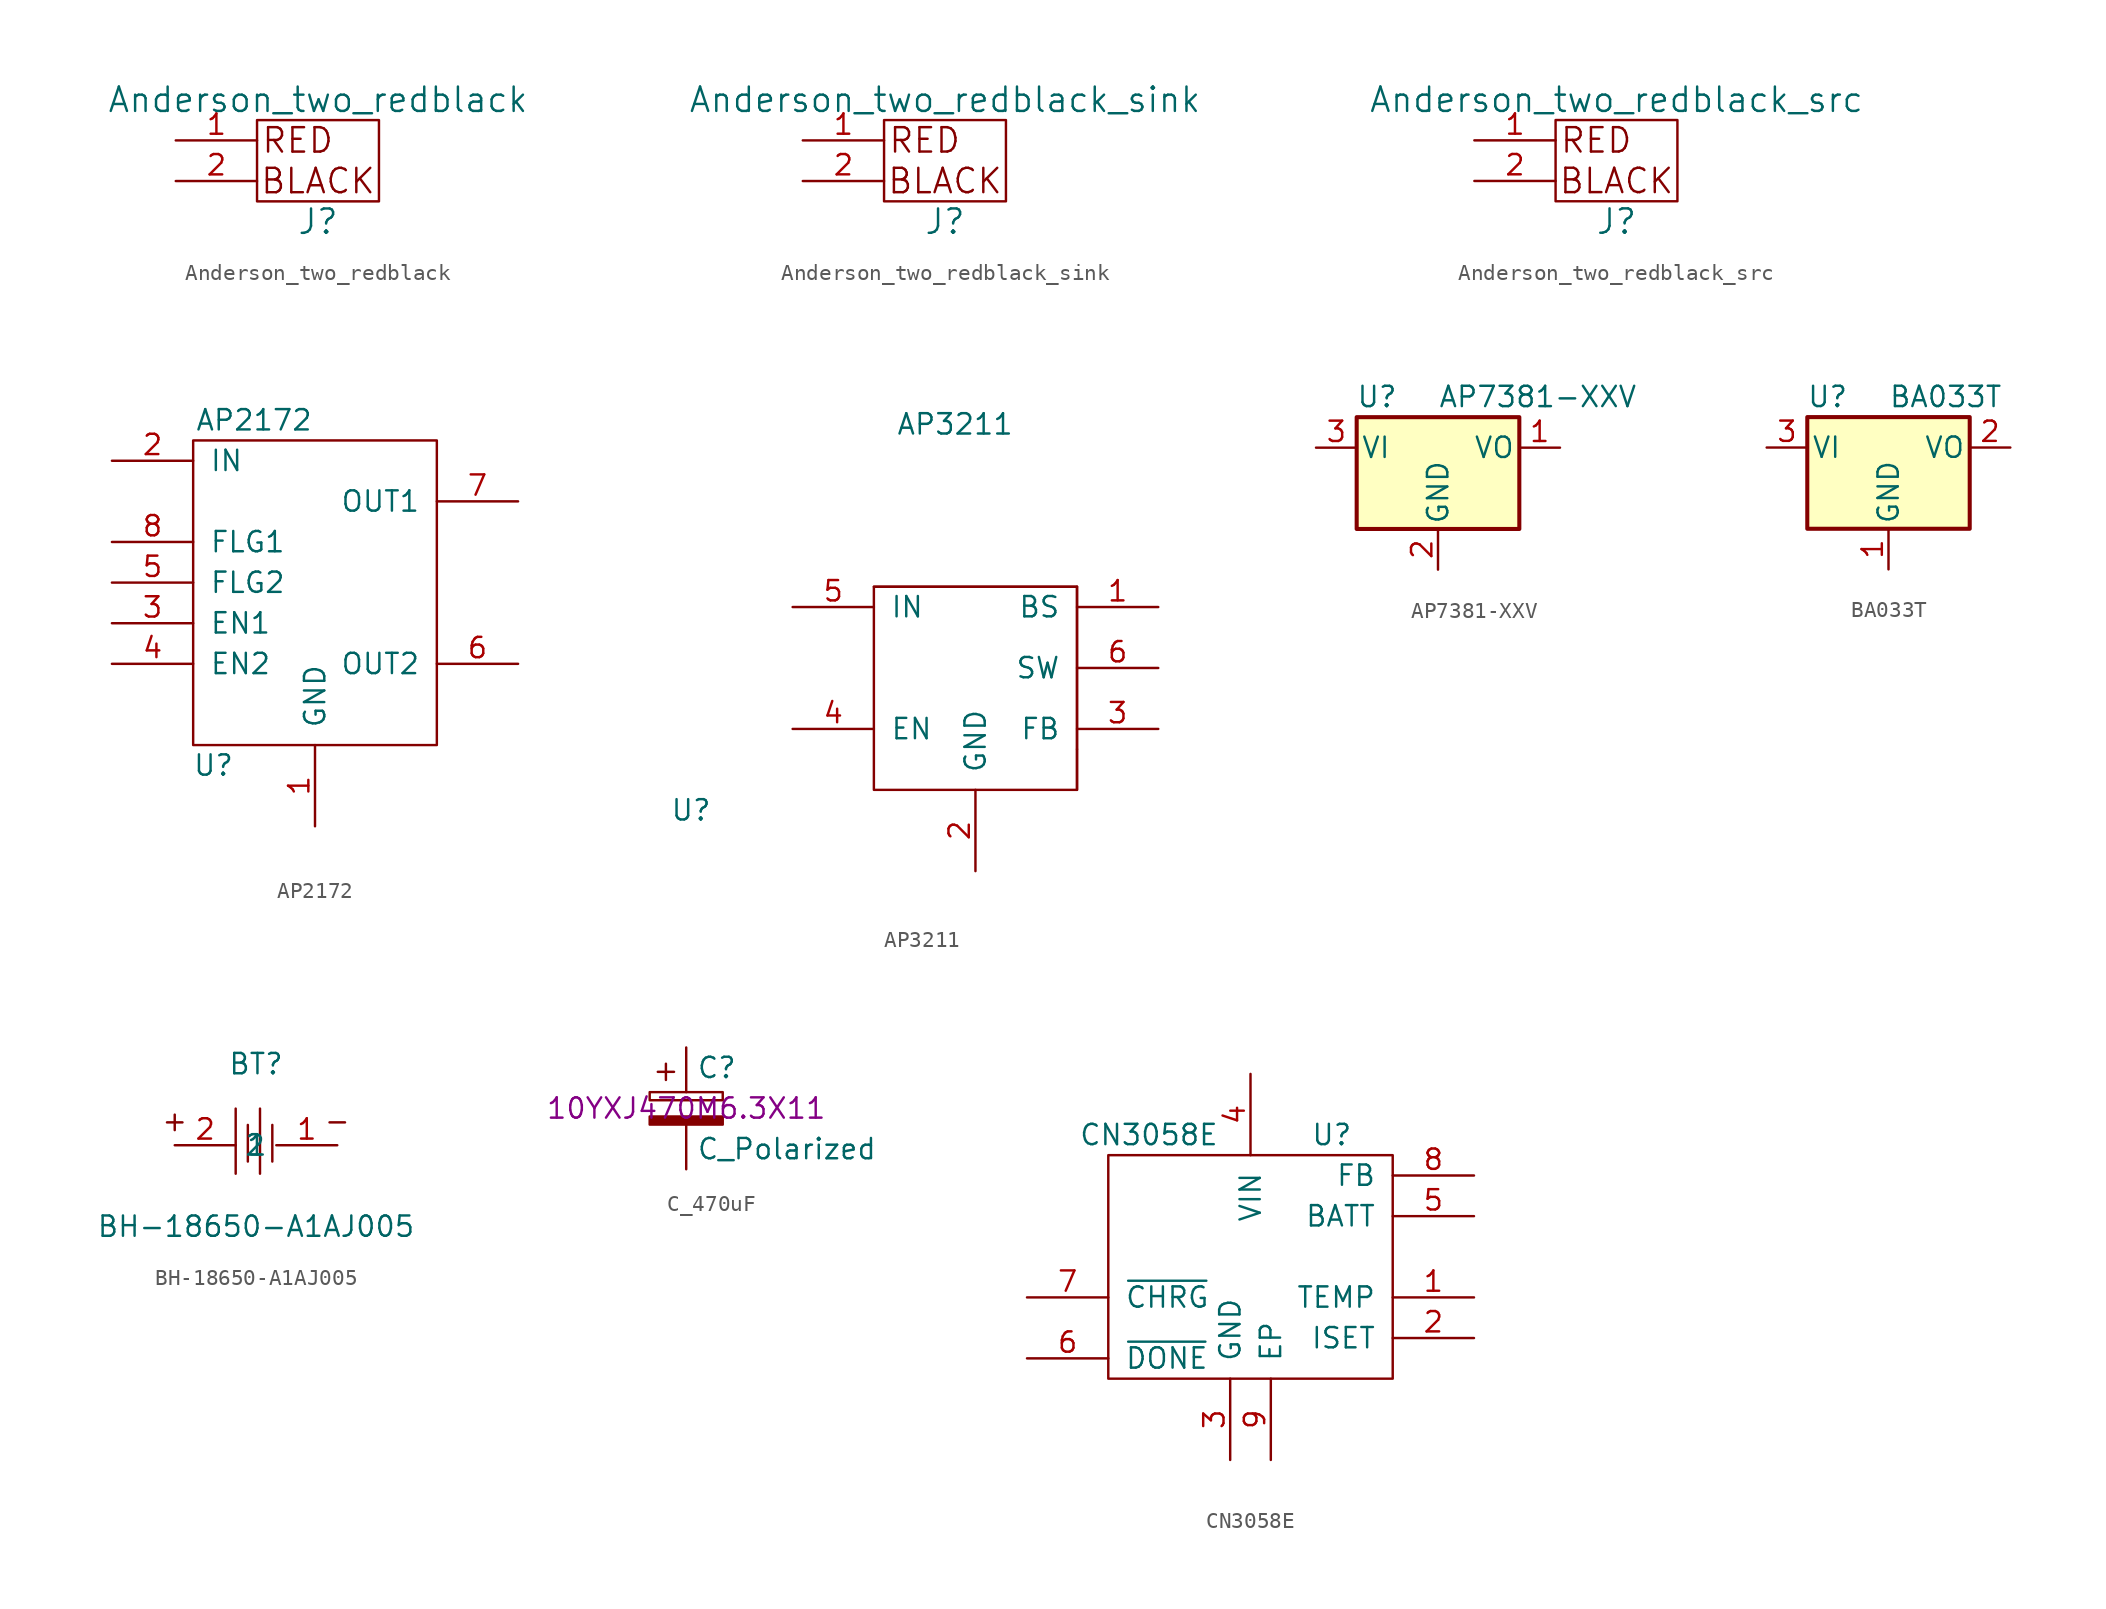
<source format=kicad_sym>
(kicad_symbol_lib
  (version 20231120)
  (generator "kicad_symbol_editor")
  (generator_version "8.0")
  (symbol "Anderson_two_redblack"
    (pin_names
      (offset 1.016))
    (property "Reference" "J"
      (at 0 -3.81 0)
      (effects (font (size 1.524 1.524))))
    (property "Value" "Anderson_two_redblack"
      (at 0 3.81 0)
      (effects (font (size 1.524 1.524))))
    (symbol "Anderson_two_redblack_0_0"
      (text "BLACK" (at 0 -1.27 0) (effects (font (size 1.524 1.524))))
      (text "RED" (at -1.27 1.27 0) (effects (font (size 1.524 1.524)))))
    (symbol "Anderson_two_redblack_0_1"
      (rectangle (start -3.81 2.54) (end 3.81 -2.54) (stroke (width 0) (type default)) (fill (type none))))
    (symbol "Anderson_two_redblack_1_1"
      (pin bidirectional line (at -8.89 1.27 0) (length 5.08) (name "~" (effects (font (size 1.27 1.27)))) (number "1" (effects (font (size 1.27 1.27)))))
      (pin bidirectional line (at -8.89 -1.27 0) (length 5.08) (name "~" (effects (font (size 1.27 1.27)))) (number "2" (effects (font (size 1.27 1.27)))))))
  (symbol "Anderson_two_redblack_sink"
    (pin_names
      (offset 1.016))
    (property "Reference" "J"
      (at 0 -3.81 0)
      (effects (font (size 1.524 1.524))))
    (property "Value" "Anderson_two_redblack_sink"
      (at 0 3.81 0)
      (effects (font (size 1.524 1.524))))
    (symbol "Anderson_two_redblack_sink_0_0"
      (text "BLACK" (at 0 -1.27 0) (effects (font (size 1.524 1.524))))
      (text "RED" (at -1.27 1.27 0) (effects (font (size 1.524 1.524)))))
    (symbol "Anderson_two_redblack_sink_0_1"
      (rectangle (start -3.81 2.54) (end 3.81 -2.54) (stroke (width 0) (type default)) (fill (type none))))
    (symbol "Anderson_two_redblack_sink_1_1"
      (pin power_in line (at -8.89 1.27 0) (length 5.08) (name "~" (effects (font (size 1.27 1.27)))) (number "1" (effects (font (size 1.27 1.27)))))
      (pin power_in line (at -8.89 -1.27 0) (length 5.08) (name "~" (effects (font (size 1.27 1.27)))) (number "2" (effects (font (size 1.27 1.27)))))))
  (symbol "Anderson_two_redblack_src"
    (pin_names
      (offset 1.016))
    (property "Reference" "J"
      (at 0 -3.81 0)
      (effects (font (size 1.524 1.524))))
    (property "Value" "Anderson_two_redblack_src"
      (at 0 3.81 0)
      (effects (font (size 1.524 1.524))))
    (symbol "Anderson_two_redblack_src_0_0"
      (text "BLACK" (at 0 -1.27 0) (effects (font (size 1.524 1.524))))
      (text "RED" (at -1.27 1.27 0) (effects (font (size 1.524 1.524)))))
    (symbol "Anderson_two_redblack_src_0_1"
      (rectangle (start -3.81 2.54) (end 3.81 -2.54) (stroke (width 0) (type default)) (fill (type none))))
    (symbol "Anderson_two_redblack_src_1_1"
      (pin power_out line (at -8.89 1.27 0) (length 5.08) (name "~" (effects (font (size 1.27 1.27)))) (number "1" (effects (font (size 1.27 1.27)))))
      (pin power_out line (at -8.89 -1.27 0) (length 5.08) (name "~" (effects (font (size 1.27 1.27)))) (number "2" (effects (font (size 1.27 1.27)))))))
  (symbol "AP2172"
    (pin_names
      (offset 1.016))
    (property "Reference" "U"
      (at -6.35 -15.24 0)
      (effects (font (size 1.27 1.27))))
    (property "Value" "AP2172"
      (at -3.81 6.35 0)
      (effects (font (size 1.27 1.27))))
    (symbol "AP2172_0_1"
      (rectangle (start -7.62 5.08) (end 7.62 -13.97) (stroke (width 0) (type default)) (fill (type none))))
    (symbol "AP2172_1_1"
      (pin bidirectional line (at 0 -19.05 90) (length 5.08) (name "GND" (effects (font (size 1.27 1.27)))) (number "1" (effects (font (size 1.27 1.27)))))
      (pin power_in line (at -12.7 3.81 0) (length 5.08) (name "IN" (effects (font (size 1.27 1.27)))) (number "2" (effects (font (size 1.27 1.27)))))
      (pin input line (at -12.7 -6.35 0) (length 5.08) (name "EN1" (effects (font (size 1.27 1.27)))) (number "3" (effects (font (size 1.27 1.27)))))
      (pin input line (at -12.7 -8.89 0) (length 5.08) (name "EN2" (effects (font (size 1.27 1.27)))) (number "4" (effects (font (size 1.27 1.27)))))
      (pin open_collector line (at -12.7 -3.81 0) (length 5.08) (name "FLG2" (effects (font (size 1.27 1.27)))) (number "5" (effects (font (size 1.27 1.27)))))
      (pin power_out line (at 12.7 -8.89 180) (length 5.08) (name "OUT2" (effects (font (size 1.27 1.27)))) (number "6" (effects (font (size 1.27 1.27)))))
      (pin power_out line (at 12.7 1.27 180) (length 5.08) (name "OUT1" (effects (font (size 1.27 1.27)))) (number "7" (effects (font (size 1.27 1.27)))))
      (pin open_collector line (at -12.7 -1.27 0) (length 5.08) (name "FLG1" (effects (font (size 1.27 1.27)))) (number "8" (effects (font (size 1.27 1.27)))))))
  (symbol "AP3211"
    (pin_names
      (offset 1.016))
    (property "Reference" "U"
      (at -17.78 -8.89 0)
      (effects (font (size 1.27 1.27))))
    (property "Value" "AP3211"
      (at -1.27 15.24 0)
      (effects (font (size 1.27 1.27))))
    (symbol "AP3211_0_1"
      (rectangle (start -6.35 5.08) (end 6.35 5.08) (stroke (width 0) (type default)) (fill (type none)))
      (rectangle (start 6.35 -7.62) (end -6.35 5.08) (stroke (width 0) (type default)) (fill (type none)))
      (rectangle (start 6.35 -5.08) (end 6.35 -7.62) (stroke (width 0) (type default)) (fill (type none)))
      (rectangle (start 6.35 5.08) (end 6.35 -5.08) (stroke (width 0) (type default)) (fill (type none))))
    (symbol "AP3211_1_1"
      (pin input line (at 11.43 3.81 180) (length 5.08) (name "BS" (effects (font (size 1.27 1.27)))) (number "1" (effects (font (size 1.27 1.27)))))
      (pin power_in line (at 0 -12.7 90) (length 5.08) (name "GND" (effects (font (size 1.27 1.27)))) (number "2" (effects (font (size 1.27 1.27)))))
      (pin input line (at 11.43 -3.81 180) (length 5.08) (name "FB" (effects (font (size 1.27 1.27)))) (number "3" (effects (font (size 1.27 1.27)))))
      (pin input line (at -11.43 -3.81 0) (length 5.08) (name "EN" (effects (font (size 1.27 1.27)))) (number "4" (effects (font (size 1.27 1.27)))))
      (pin power_in line (at -11.43 3.81 0) (length 5.08) (name "IN" (effects (font (size 1.27 1.27)))) (number "5" (effects (font (size 1.27 1.27)))))
      (pin power_out line (at 11.43 0 180) (length 5.08) (name "SW" (effects (font (size 1.27 1.27)))) (number "6" (effects (font (size 1.27 1.27)))))))
  (symbol "AP7381-XXV"
    (pin_names
      (offset 0.254))
    (property "Reference" "U"
      (at -3.81 3.175 0)
      (effects (font (size 1.27 1.27))))
    (property "Value" "AP7381-XXV"
      (at 0 3.175 0)
      (effects (font (size 1.27 1.27)) (justify left)))
    (symbol "AP7381-XXV_0_1"
      (rectangle (start -5.08 1.905) (end 5.08 -5.08) (stroke (width 0.254) (type default)) (fill (type background))))
    (symbol "AP7381-XXV_1_1"
      (pin power_out line (at 7.62 0 180) (length 2.54) (name "VO" (effects (font (size 1.27 1.27)))) (number "1" (effects (font (size 1.27 1.27)))))
      (pin power_in line (at 0 -7.62 90) (length 2.54) (name "GND" (effects (font (size 1.27 1.27)))) (number "2" (effects (font (size 1.27 1.27)))))
      (pin power_in line (at -7.62 0 0) (length 2.54) (name "VI" (effects (font (size 1.27 1.27)))) (number "3" (effects (font (size 1.27 1.27)))))))
  (symbol "BA033T"
    (pin_names
      (offset 0.254))
    (property "Reference" "U"
      (at -3.81 3.175 0)
      (effects (font (size 1.27 1.27))))
    (property "Value" "BA033T"
      (at 0 3.175 0)
      (effects (font (size 1.27 1.27)) (justify left)))
    (symbol "BA033T_0_1"
      (rectangle (start -5.08 -5.08) (end 5.08 1.905) (stroke (width 0.254) (type default)) (fill (type background))))
    (symbol "BA033T_1_1"
      (pin power_in line (at 0 -7.62 90) (length 2.54) (name "GND" (effects (font (size 1.27 1.27)))) (number "1" (effects (font (size 1.27 1.27)))))
      (pin power_out line (at 7.62 0 180) (length 2.54) (name "VO" (effects (font (size 1.27 1.27)))) (number "2" (effects (font (size 1.27 1.27)))))
      (pin power_in line (at -7.62 0 0) (length 2.54) (name "VI" (effects (font (size 1.27 1.27)))) (number "3" (effects (font (size 1.27 1.27)))))))
  (symbol "BH-18650-A1AJ005"
    (property "Reference" "BT"
      (at 0 5.08 0)
      (effects (font (size 1.27 1.27))))
    (property "Value" "BH-18650-A1AJ005"
      (at 0 -5.08 0)
      (effects (font (size 1.27 1.27))))
    (symbol "BH-18650-A1AJ005_0_1"
      (polyline (pts (xy -1.27 2.29) (xy -1.27 -1.78)) (stroke (width 0) (type default)) (fill (type none)))
      (polyline (pts (xy -0.51 1.27) (xy -0.51 -1.02)) (stroke (width 0) (type default)) (fill (type none)))
      (polyline (pts (xy 0.25 2.29) (xy 0.25 -1.78)) (stroke (width 0) (type default)) (fill (type none)))
      (polyline (pts (xy 1.02 1.27) (xy 1.02 -1.02)) (stroke (width 0) (type default)) (fill (type none)))
      (pin input line (at 5.08 0 180) (length 3.81) (name "1" (effects (font (size 1.27 1.27)))) (number "1" (effects (font (size 1.27 1.27))))))
    (symbol "BH-18650-A1AJ005_1_1"
      (text "+" (at -5.08 1.524 0) (effects (font (size 1.27 1.27))))
      (text "-" (at 5.08 1.524 0) (effects (font (size 1.27 1.27))))
      (pin input line (at -5.08 0 0) (length 3.81) (name "2" (effects (font (size 1.27 1.27)))) (number "2" (effects (font (size 1.27 1.27)))))))
  (symbol "C_470uF"
    (pin_numbers hide)
    (pin_names
      (offset 0.254))
    (property "Reference" "C"
      (at 0.635 2.54 0)
      (effects (font (size 1.27 1.27)) (justify left)))
    (property "Value" "C_Polarized"
      (at 0.635 -2.54 0)
      (effects (font (size 1.27 1.27)) (justify left)))
    (property "MPN" "10YXJ470M6.3X11"
      (at 0 0 0)
      (effects (font (size 1.27 1.27))))
    (symbol "C_470uF_0_1"
      (rectangle (start -2.286 0.508) (end 2.286 1.016) (stroke (width 0) (type default)) (fill (type none)))
      (polyline (pts (xy -1.778 2.286) (xy -0.762 2.286)) (stroke (width 0) (type default)) (fill (type none)))
      (polyline (pts (xy -1.27 2.794) (xy -1.27 1.778)) (stroke (width 0) (type default)) (fill (type none)))
      (rectangle (start 2.286 -0.508) (end -2.286 -1.016) (stroke (width 0) (type default)) (fill (type outline))))
    (symbol "C_470uF_1_1"
      (pin passive line (at 0 3.81 270) (length 2.794) (name "~" (effects (font (size 1.27 1.27)))) (number "1" (effects (font (size 1.27 1.27)))))
      (pin passive line (at 0 -3.81 90) (length 2.794) (name "~" (effects (font (size 1.27 1.27)))) (number "2" (effects (font (size 1.27 1.27)))))))
  (symbol "CN3058E"
    (pin_names
      (offset 1.016))
    (property "Reference" "U"
      (at 5.08 11.43 0)
      (effects (font (size 1.27 1.27))))
    (property "Value" "CN3058E"
      (at -6.35 11.43 0)
      (effects (font (size 1.27 1.27))))
    (symbol "CN3058E_0_1"
      (rectangle (start -8.89 10.16) (end 8.89 -3.81) (stroke (width 0) (type default)) (fill (type none))))
    (symbol "CN3058E_1_1"
      (pin input line (at 13.97 1.27 180) (length 5.08) (name "TEMP" (effects (font (size 1.27 1.27)))) (number "1" (effects (font (size 1.27 1.27)))))
      (pin input line (at 13.97 -1.27 180) (length 5.08) (name "ISET" (effects (font (size 1.27 1.27)))) (number "2" (effects (font (size 1.27 1.27)))))
      (pin power_in line (at -1.27 -8.89 90) (length 5.08) (name "GND" (effects (font (size 1.27 1.27)))) (number "3" (effects (font (size 1.27 1.27)))))
      (pin power_in line (at 0 15.24 270) (length 5.08) (name "VIN" (effects (font (size 1.27 1.27)))) (number "4" (effects (font (size 1.27 1.27)))))
      (pin output line (at 13.97 6.35 180) (length 5.08) (name "BATT" (effects (font (size 1.27 1.27)))) (number "5" (effects (font (size 1.27 1.27)))))
      (pin input line (at -13.97 -2.54 0) (length 5.08) (name "~{DONE}" (effects (font (size 1.27 1.27)))) (number "6" (effects (font (size 1.27 1.27)))))
      (pin input line (at -13.97 1.27 0) (length 5.08) (name "~{CHRG}" (effects (font (size 1.27 1.27)))) (number "7" (effects (font (size 1.27 1.27)))))
      (pin input line (at 13.97 8.89 180) (length 5.08) (name "FB" (effects (font (size 1.27 1.27)))) (number "8" (effects (font (size 1.27 1.27)))))
      (pin power_in line (at 1.27 -8.89 90) (length 5.08) (name "EP" (effects (font (size 1.27 1.27)))) (number "9" (effects (font (size 1.27 1.27))))))))
</source>
